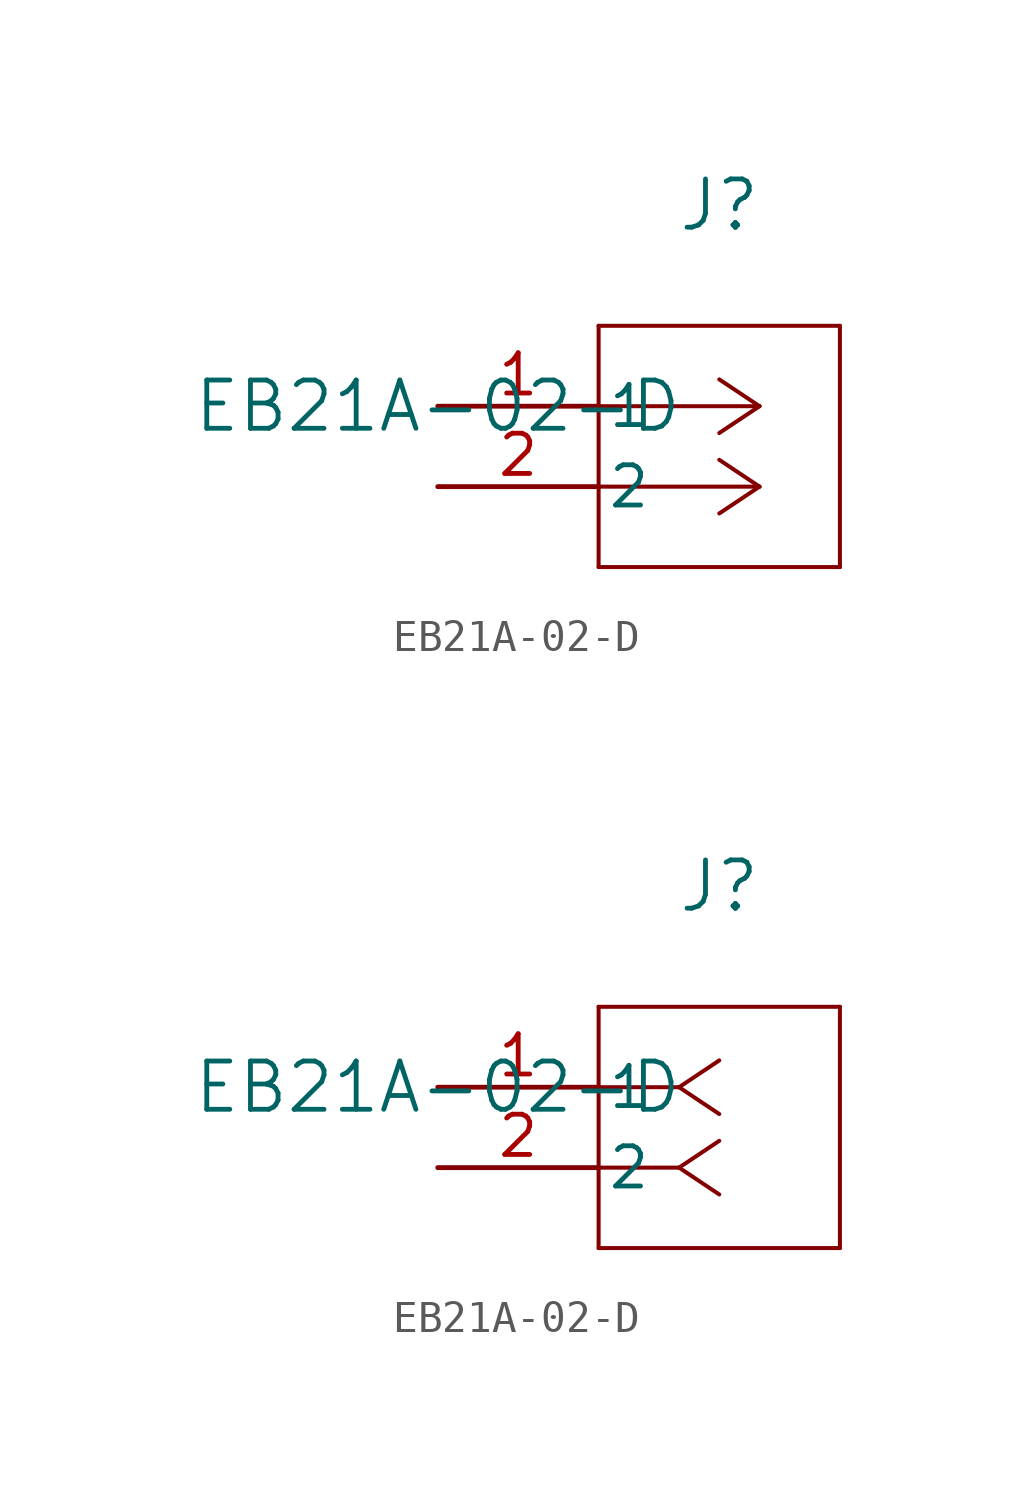
<source format=kicad_sym>
(kicad_symbol_lib
  (version 20211014)
  (generator kicad_symbol_editor)
  (symbol "EB21A-02-D"
    (pin_names
      (offset 0.254))
    (property "Reference" "J"
      (at 8.89 6.35 0)
      (effects (font (size 1.524 1.524))))
    (property "Value" "EB21A-02-D"
      (at 0 0 0)
      (effects (font (size 1.524 1.524))))
    (symbol "EB21A-02-D_1_1"
      (polyline (pts (xy 10.16 0) (xy 5.08 0)) (stroke (width 0.127) (type default) (color 0 0 0 0)) (fill (type none)))
      (polyline (pts (xy 10.16 -2.54) (xy 5.08 -2.54)) (stroke (width 0.127) (type default) (color 0 0 0 0)) (fill (type none)))
      (polyline (pts (xy 10.16 0) (xy 8.89 0.847)) (stroke (width 0.127) (type default) (color 0 0 0 0)) (fill (type none)))
      (polyline (pts (xy 10.16 -2.54) (xy 8.89 -1.693)) (stroke (width 0.127) (type default) (color 0 0 0 0)) (fill (type none)))
      (polyline (pts (xy 10.16 0) (xy 8.89 -0.847)) (stroke (width 0.127) (type default) (color 0 0 0 0)) (fill (type none)))
      (polyline (pts (xy 10.16 -2.54) (xy 8.89 -3.387)) (stroke (width 0.127) (type default) (color 0 0 0 0)) (fill (type none)))
      (polyline (pts (xy 5.08 2.54) (xy 5.08 -5.08)) (stroke (width 0.127) (type default) (color 0 0 0 0)) (fill (type none)))
      (polyline (pts (xy 5.08 -5.08) (xy 12.7 -5.08)) (stroke (width 0.127) (type default) (color 0 0 0 0)) (fill (type none)))
      (polyline (pts (xy 12.7 -5.08) (xy 12.7 2.54)) (stroke (width 0.127) (type default) (color 0 0 0 0)) (fill (type none)))
      (polyline (pts (xy 12.7 2.54) (xy 5.08 2.54)) (stroke (width 0.127) (type default) (color 0 0 0 0)) (fill (type none)))
      (pin unspecified line (at 0 0 0) (length 5.08) (name "1" (effects (font (size 1.27 1.27)))) (number "1" (effects (font (size 1.27 1.27)))))
      (pin unspecified line (at 0 -2.54 0) (length 5.08) (name "2" (effects (font (size 1.27 1.27)))) (number "2" (effects (font (size 1.27 1.27))))))
    (symbol "EB21A-02-D_1_2"
      (polyline (pts (xy 7.62 0) (xy 5.08 0)) (stroke (width 0.127) (type default) (color 0 0 0 0)) (fill (type none)))
      (polyline (pts (xy 7.62 -2.54) (xy 5.08 -2.54)) (stroke (width 0.127) (type default) (color 0 0 0 0)) (fill (type none)))
      (polyline (pts (xy 7.62 0) (xy 8.89 0.847)) (stroke (width 0.127) (type default) (color 0 0 0 0)) (fill (type none)))
      (polyline (pts (xy 7.62 -2.54) (xy 8.89 -1.693)) (stroke (width 0.127) (type default) (color 0 0 0 0)) (fill (type none)))
      (polyline (pts (xy 7.62 0) (xy 8.89 -0.847)) (stroke (width 0.127) (type default) (color 0 0 0 0)) (fill (type none)))
      (polyline (pts (xy 7.62 -2.54) (xy 8.89 -3.387)) (stroke (width 0.127) (type default) (color 0 0 0 0)) (fill (type none)))
      (polyline (pts (xy 5.08 2.54) (xy 5.08 -5.08)) (stroke (width 0.127) (type default) (color 0 0 0 0)) (fill (type none)))
      (polyline (pts (xy 5.08 -5.08) (xy 12.7 -5.08)) (stroke (width 0.127) (type default) (color 0 0 0 0)) (fill (type none)))
      (polyline (pts (xy 12.7 -5.08) (xy 12.7 2.54)) (stroke (width 0.127) (type default) (color 0 0 0 0)) (fill (type none)))
      (polyline (pts (xy 12.7 2.54) (xy 5.08 2.54)) (stroke (width 0.127) (type default) (color 0 0 0 0)) (fill (type none)))
      (pin unspecified line (at 0 0 0) (length 5.08) (name "1" (effects (font (size 1.27 1.27)))) (number "1" (effects (font (size 1.27 1.27)))))
      (pin unspecified line (at 0 -2.54 0) (length 5.08) (name "2" (effects (font (size 1.27 1.27)))) (number "2" (effects (font (size 1.27 1.27))))))))
</source>
